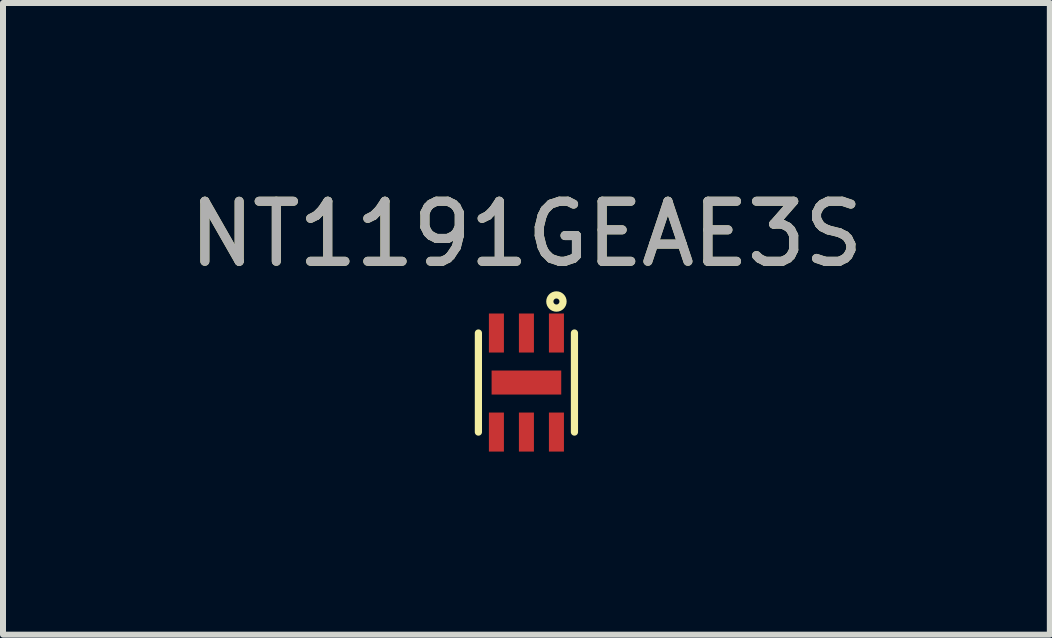
<source format=kicad_pcb>
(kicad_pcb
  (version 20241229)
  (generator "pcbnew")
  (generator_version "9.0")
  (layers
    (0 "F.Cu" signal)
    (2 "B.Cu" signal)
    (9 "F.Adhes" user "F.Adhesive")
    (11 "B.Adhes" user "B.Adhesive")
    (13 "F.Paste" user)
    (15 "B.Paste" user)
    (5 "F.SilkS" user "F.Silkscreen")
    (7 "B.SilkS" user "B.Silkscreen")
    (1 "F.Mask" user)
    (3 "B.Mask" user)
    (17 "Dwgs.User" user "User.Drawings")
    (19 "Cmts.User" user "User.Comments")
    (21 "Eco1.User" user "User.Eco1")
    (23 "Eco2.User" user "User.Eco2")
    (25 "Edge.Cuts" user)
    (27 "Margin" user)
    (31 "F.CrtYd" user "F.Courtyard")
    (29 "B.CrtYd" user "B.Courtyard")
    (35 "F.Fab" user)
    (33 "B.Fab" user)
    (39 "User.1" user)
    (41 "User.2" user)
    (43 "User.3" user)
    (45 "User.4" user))
  (footprint "NT1191GEAE3S"
    (layer "F.Cu")
    (at 5.72 3.323)
    (property "Reference" "NT1191GEAE3S" (at 0 -2.475 0) (unlocked yes) (layer "F.SilkS") (effects (font (size 1 1) (thickness 0.15))))
    (attr smd)
    (fp_rect (start -0.675 -1.2) (end -0.325 -0.45) (stroke (width 0) (type solid)) (fill yes) (layer "F.Mask"))
    (fp_rect (start -0.675 0.45) (end -0.325 1.2) (stroke (width 0) (type solid)) (fill yes) (layer "F.Mask"))
    (fp_rect (start -0.63 -0.25) (end 0.63 0.25) (stroke (width 0) (type solid)) (fill yes) (layer "F.Mask"))
    (fp_rect (start -0.175 -1.2) (end 0.175 -0.45) (stroke (width 0) (type solid)) (fill yes) (layer "F.Mask"))
    (fp_rect (start -0.175 0.45) (end 0.175 1.2) (stroke (width 0) (type solid)) (fill yes) (layer "F.Mask"))
    (fp_rect (start 0.325 -1.2) (end 0.675 -0.45) (stroke (width 0) (type solid)) (fill yes) (layer "F.Mask"))
    (fp_rect (start 0.325 0.45) (end 0.675 1.2) (stroke (width 0) (type solid)) (fill yes) (layer "F.Mask"))
    (fp_line (start -0.8 -0.825) (end -0.8 0.825) (stroke (width 0.12) (type solid)) (layer "F.SilkS"))
    (fp_line (start 0.8 -0.825) (end 0.8 0.825) (stroke (width 0.12) (type solid)) (layer "F.SilkS"))
    (fp_circle (center 0.5 -1.35) (end 0.55 -1.35) (stroke (width 0.12) (type solid)) (fill no) (layer "F.SilkS"))
    (fp_rect (start -0.45 -0.2) (end 0.45 0.2) (stroke (width 0) (type solid)) (fill yes) (layer "F.Paste"))
    (fp_text user "${REFERENCE}" (at 0 -2.475 0) (unlocked yes) (layer "F.Fab") (effects (font (size 1 1) (thickness 0.15))))
    (pad "1" smd rect (at 0.5 -0.825) (size 0.25 0.65) (layers "F.Cu" "F.Paste"))
    (pad "2" smd rect (at 0 -0.825) (size 0.25 0.65) (layers "F.Cu" "F.Paste"))
    (pad "3" smd rect (at -0.5 -0.825) (size 0.25 0.65) (layers "F.Cu" "F.Paste"))
    (pad "4" smd rect (at -0.5 0.825) (size 0.25 0.65) (layers "F.Cu" "F.Paste"))
    (pad "5" smd rect (at 0 0.825) (size 0.25 0.65) (layers "F.Cu" "F.Paste"))
    (pad "6" smd rect (at 0.5 0.825) (size 0.25 0.65) (layers "F.Cu" "F.Paste"))
    (pad "7" smd rect (at 0 0) (size 1.16 0.4) (layers "F.Cu")))
  (gr_rect
    (start -3 -3)
    (end 14.44 7.523)
    (stroke (width 0.1) (type default))
    (fill no)
    (layer "Edge.Cuts")))
</source>
